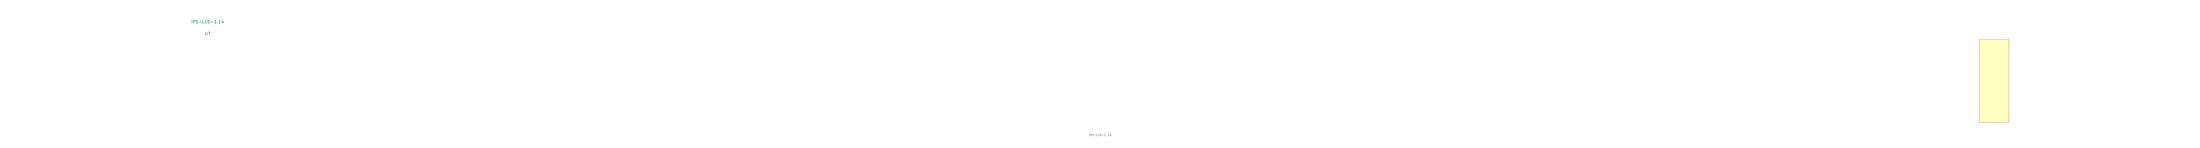
<source format=kicad_sym>
(kicad_symbol_lib
  (version 20231120)
  (generator "kicad_symbol_editor")
  (generator_version "8.0")
  (symbol "IPS-LCD-1.14"
    (pin_names
      (offset 1.016))
    (property "Reference" "U"
      (at -765.81 17.78 0)
      (effects (font (size 1.27 1.27))))
    (property "Value" "IPS-LCD-1.14"
      (at -765.81 22.86 0)
      (effects (font (size 1.27 1.27))))
    (symbol "IPS-LCD-1.14_1_1"
      (rectangle (start -6.35 15.24) (end 6.35 -20.32) (stroke (width 0.076) (type solid)) (fill (type background))))))
</source>
